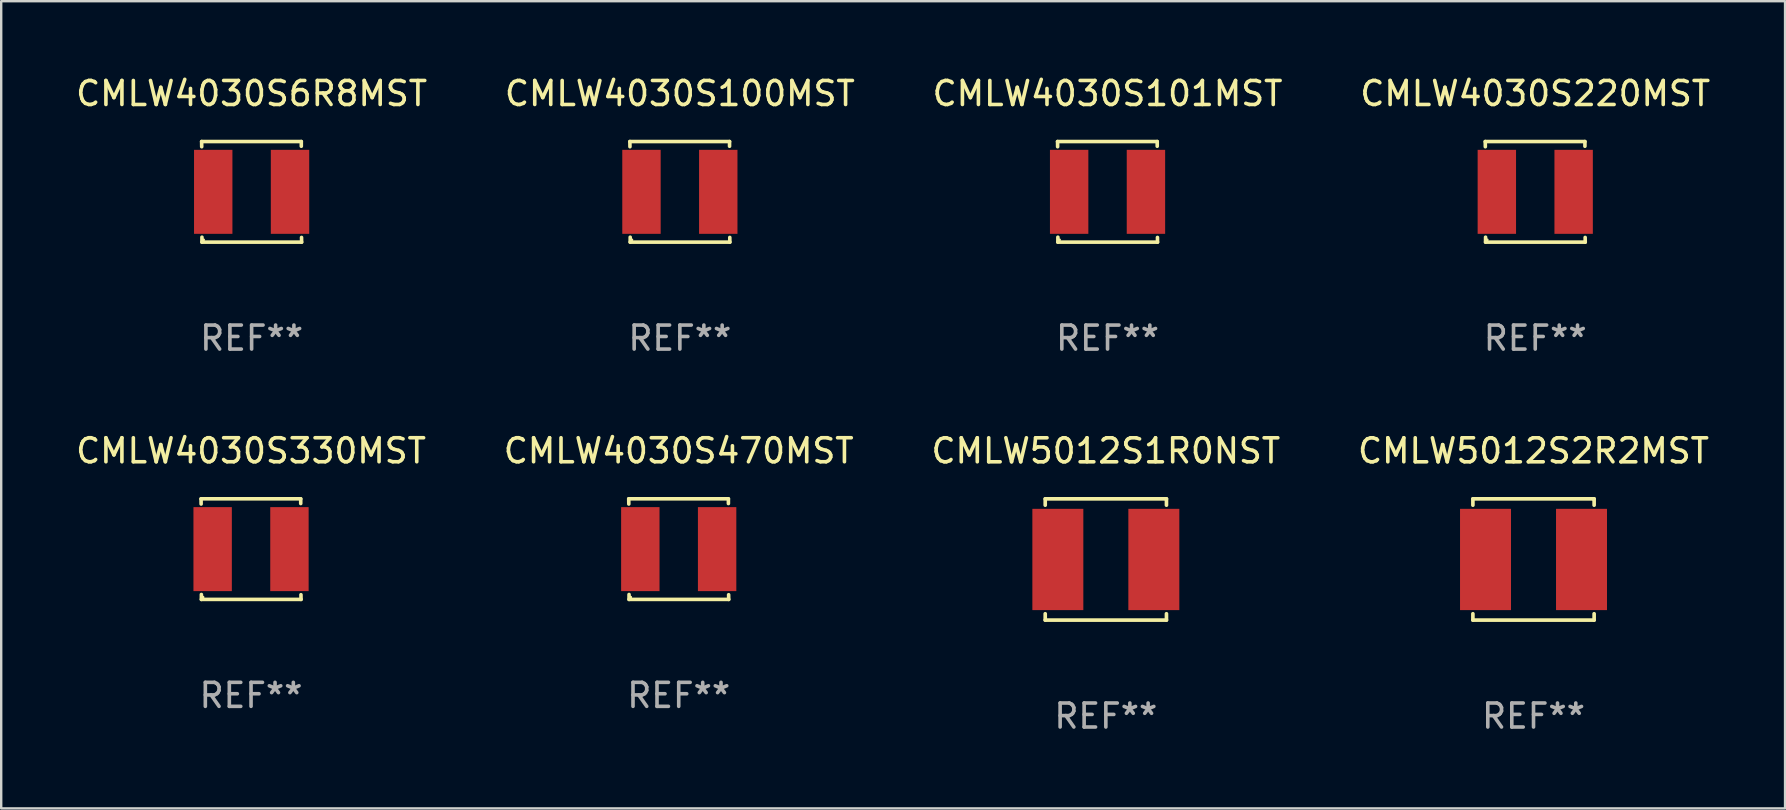
<source format=kicad_pcb>
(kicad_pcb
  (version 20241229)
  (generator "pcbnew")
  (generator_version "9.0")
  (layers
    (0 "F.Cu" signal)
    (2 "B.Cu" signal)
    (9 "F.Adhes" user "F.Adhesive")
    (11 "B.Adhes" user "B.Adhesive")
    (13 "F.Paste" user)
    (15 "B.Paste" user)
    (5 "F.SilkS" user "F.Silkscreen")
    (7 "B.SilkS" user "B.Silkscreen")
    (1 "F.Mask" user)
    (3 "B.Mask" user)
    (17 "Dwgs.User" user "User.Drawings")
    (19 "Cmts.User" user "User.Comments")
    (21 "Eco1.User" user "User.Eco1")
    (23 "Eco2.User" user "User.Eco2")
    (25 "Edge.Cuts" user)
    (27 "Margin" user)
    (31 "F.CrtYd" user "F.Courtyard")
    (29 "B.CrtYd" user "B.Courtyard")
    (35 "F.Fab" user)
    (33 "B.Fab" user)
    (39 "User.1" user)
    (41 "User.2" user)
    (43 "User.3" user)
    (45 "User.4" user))
  (footprint "CMLW4030S330MST"
    (layer "F.Cu")
    (at 7.411 19.832)
    (property "Reference" "CMLW4030S330MST" (at 0 -4.096 0) (layer "F.SilkS") (effects (font (size 1 1) (thickness 0.15))))
    (attr through_hole)
    (fp_line (start -2.083 -2.096) (end -2.08 -1.88) (stroke (width 0.15) (type solid)) (layer "F.SilkS"))
    (fp_line (start -2.07 1.89) (end -2.07 2.096) (stroke (width 0.15) (type solid)) (layer "F.SilkS"))
    (fp_line (start -2.07 2.096) (end 2.083 2.096) (stroke (width 0.15) (type solid)) (layer "F.SilkS"))
    (fp_line (start 2.07 -1.9) (end 2.07 -2.096) (stroke (width 0.15) (type solid)) (layer "F.SilkS"))
    (fp_line (start 2.07 -2.096) (end -2.083 -2.096) (stroke (width 0.15) (type solid)) (layer "F.SilkS"))
    (fp_line (start 2.083 2.096) (end 2.08 1.9) (stroke (width 0.15) (type solid)) (layer "F.SilkS"))
    (fp_circle (center -2 2) (end -1.97 2) (stroke (width 0.06) (type solid)) (fill no) (layer "F.SilkS"))
    (fp_text user "REF**" (at 0 6.096 0) (layer "F.Fab") (effects (font (size 1 1) (thickness 0.15))))
    (pad "1" smd rect (at -1.6 -0.000343) (size 1.6 3.5) (layers "F.Cu" "F.Mask" "F.Paste"))
    (pad "2" smd rect (at 1.6 -0.000343) (size 1.6 3.5) (layers "F.Cu" "F.Mask" "F.Paste")))
  (footprint "CMLW5012S2R2MST"
    (layer "F.Cu")
    (at 60.851 20.263)
    (property "Reference" "CMLW5012S2R2MST" (at 0 -4.526 0) (layer "F.SilkS") (effects (font (size 1 1) (thickness 0.15))))
    (attr through_hole)
    (fp_line (start -2.526 -2.526) (end 2.526 -2.526) (stroke (width 0.152) (type solid)) (layer "F.SilkS"))
    (fp_line (start -2.526 -2.262) (end -2.526 -2.526) (stroke (width 0.152) (type solid)) (layer "F.SilkS"))
    (fp_line (start -2.526 2.262) (end -2.526 2.526) (stroke (width 0.152) (type solid)) (layer "F.SilkS"))
    (fp_line (start -2.526 2.526) (end 2.526 2.526) (stroke (width 0.152) (type solid)) (layer "F.SilkS"))
    (fp_line (start 2.526 -2.526) (end 2.526 -2.262) (stroke (width 0.152) (type solid)) (layer "F.SilkS"))
    (fp_line (start 2.526 2.526) (end 2.526 2.262) (stroke (width 0.152) (type solid)) (layer "F.SilkS"))
    (fp_circle (center 2.5 -2.5) (end 2.53 -2.5) (stroke (width 0.06) (type solid)) (fill no) (layer "F.SilkS"))
    (fp_text user "REF**" (at 0 6.526 0) (layer "F.Fab") (effects (font (size 1 1) (thickness 0.15))))
    (pad "1" smd rect (at 2 0) (size 2.124 4.22) (layers "F.Cu" "F.Mask" "F.Paste"))
    (pad "2" smd rect (at -2 0) (size 2.124 4.22) (layers "F.Cu" "F.Mask" "F.Paste")))
  (footprint "CMLW4030S220MST"
    (layer "F.Cu")
    (at 60.923 4.944)
    (property "Reference" "CMLW4030S220MST" (at 0 -4.096 0) (layer "F.SilkS") (effects (font (size 1 1) (thickness 0.15))))
    (attr through_hole)
    (fp_line (start -2.083 -2.096) (end -2.08 -1.88) (stroke (width 0.15) (type solid)) (layer "F.SilkS"))
    (fp_line (start -2.07 1.89) (end -2.07 2.096) (stroke (width 0.15) (type solid)) (layer "F.SilkS"))
    (fp_line (start -2.07 2.096) (end 2.083 2.096) (stroke (width 0.15) (type solid)) (layer "F.SilkS"))
    (fp_line (start 2.07 -1.9) (end 2.07 -2.096) (stroke (width 0.15) (type solid)) (layer "F.SilkS"))
    (fp_line (start 2.07 -2.096) (end -2.083 -2.096) (stroke (width 0.15) (type solid)) (layer "F.SilkS"))
    (fp_line (start 2.083 2.096) (end 2.08 1.9) (stroke (width 0.15) (type solid)) (layer "F.SilkS"))
    (fp_circle (center -2 2) (end -1.97 2) (stroke (width 0.06) (type solid)) (fill no) (layer "F.SilkS"))
    (fp_text user "REF**" (at 0 6.096 0) (layer "F.Fab") (effects (font (size 1 1) (thickness 0.15))))
    (pad "1" smd rect (at -1.6 -0.000343) (size 1.6 3.5) (layers "F.Cu" "F.Mask" "F.Paste"))
    (pad "2" smd rect (at 1.6 -0.000343) (size 1.6 3.5) (layers "F.Cu" "F.Mask" "F.Paste")))
  (footprint "CMLW5012S1R0NST"
    (layer "F.Cu")
    (at 43.03 20.263)
    (property "Reference" "CMLW5012S1R0NST" (at 0 -4.526 0) (layer "F.SilkS") (effects (font (size 1 1) (thickness 0.15))))
    (attr through_hole)
    (fp_line (start -2.526 -2.526) (end 2.526 -2.526) (stroke (width 0.152) (type solid)) (layer "F.SilkS"))
    (fp_line (start -2.526 -2.262) (end -2.526 -2.526) (stroke (width 0.152) (type solid)) (layer "F.SilkS"))
    (fp_line (start -2.526 2.262) (end -2.526 2.526) (stroke (width 0.152) (type solid)) (layer "F.SilkS"))
    (fp_line (start -2.526 2.526) (end 2.526 2.526) (stroke (width 0.152) (type solid)) (layer "F.SilkS"))
    (fp_line (start 2.526 -2.526) (end 2.526 -2.262) (stroke (width 0.152) (type solid)) (layer "F.SilkS"))
    (fp_line (start 2.526 2.526) (end 2.526 2.262) (stroke (width 0.152) (type solid)) (layer "F.SilkS"))
    (fp_circle (center 2.5 -2.5) (end 2.53 -2.5) (stroke (width 0.06) (type solid)) (fill no) (layer "F.SilkS"))
    (fp_text user "REF**" (at 0 6.526 0) (layer "F.Fab") (effects (font (size 1 1) (thickness 0.15))))
    (pad "1" smd rect (at 2 0) (size 2.124 4.22) (layers "F.Cu" "F.Mask" "F.Paste"))
    (pad "2" smd rect (at -2 0) (size 2.124 4.22) (layers "F.Cu" "F.Mask" "F.Paste")))
  (footprint "CMLW4030S470MST"
    (layer "F.Cu")
    (at 25.232 19.832)
    (property "Reference" "CMLW4030S470MST" (at 0 -4.096 0) (layer "F.SilkS") (effects (font (size 1 1) (thickness 0.15))))
    (attr through_hole)
    (fp_line (start -2.083 -2.096) (end -2.08 -1.88) (stroke (width 0.15) (type solid)) (layer "F.SilkS"))
    (fp_line (start -2.07 1.89) (end -2.07 2.096) (stroke (width 0.15) (type solid)) (layer "F.SilkS"))
    (fp_line (start -2.07 2.096) (end 2.083 2.096) (stroke (width 0.15) (type solid)) (layer "F.SilkS"))
    (fp_line (start 2.07 -1.9) (end 2.07 -2.096) (stroke (width 0.15) (type solid)) (layer "F.SilkS"))
    (fp_line (start 2.07 -2.096) (end -2.083 -2.096) (stroke (width 0.15) (type solid)) (layer "F.SilkS"))
    (fp_line (start 2.083 2.096) (end 2.08 1.9) (stroke (width 0.15) (type solid)) (layer "F.SilkS"))
    (fp_circle (center -2 2) (end -1.97 2) (stroke (width 0.06) (type solid)) (fill no) (layer "F.SilkS"))
    (fp_text user "REF**" (at 0 6.096 0) (layer "F.Fab") (effects (font (size 1 1) (thickness 0.15))))
    (pad "1" smd rect (at -1.6 -0.000343) (size 1.6 3.5) (layers "F.Cu" "F.Mask" "F.Paste"))
    (pad "2" smd rect (at 1.6 -0.000343) (size 1.6 3.5) (layers "F.Cu" "F.Mask" "F.Paste")))
  (footprint "CMLW4030S101MST"
    (layer "F.Cu")
    (at 43.101 4.944)
    (property "Reference" "CMLW4030S101MST" (at 0 -4.096 0) (layer "F.SilkS") (effects (font (size 1 1) (thickness 0.15))))
    (attr through_hole)
    (fp_line (start -2.083 -2.096) (end -2.08 -1.88) (stroke (width 0.15) (type solid)) (layer "F.SilkS"))
    (fp_line (start -2.07 1.89) (end -2.07 2.096) (stroke (width 0.15) (type solid)) (layer "F.SilkS"))
    (fp_line (start -2.07 2.096) (end 2.083 2.096) (stroke (width 0.15) (type solid)) (layer "F.SilkS"))
    (fp_line (start 2.07 -1.9) (end 2.07 -2.096) (stroke (width 0.15) (type solid)) (layer "F.SilkS"))
    (fp_line (start 2.07 -2.096) (end -2.083 -2.096) (stroke (width 0.15) (type solid)) (layer "F.SilkS"))
    (fp_line (start 2.083 2.096) (end 2.08 1.9) (stroke (width 0.15) (type solid)) (layer "F.SilkS"))
    (fp_circle (center -2 2) (end -1.97 2) (stroke (width 0.06) (type solid)) (fill no) (layer "F.SilkS"))
    (fp_text user "REF**" (at 0 6.096 0) (layer "F.Fab") (effects (font (size 1 1) (thickness 0.15))))
    (pad "1" smd rect (at -1.6 -0.000343) (size 1.6 3.5) (layers "F.Cu" "F.Mask" "F.Paste"))
    (pad "2" smd rect (at 1.6 -0.000343) (size 1.6 3.5) (layers "F.Cu" "F.Mask" "F.Paste")))
  (footprint "CMLW4030S100MST"
    (layer "F.Cu")
    (at 25.28 4.944)
    (property "Reference" "CMLW4030S100MST" (at 0 -4.096 0) (layer "F.SilkS") (effects (font (size 1 1) (thickness 0.15))))
    (attr through_hole)
    (fp_line (start -2.083 -2.096) (end -2.08 -1.88) (stroke (width 0.15) (type solid)) (layer "F.SilkS"))
    (fp_line (start -2.07 1.89) (end -2.07 2.096) (stroke (width 0.15) (type solid)) (layer "F.SilkS"))
    (fp_line (start -2.07 2.096) (end 2.083 2.096) (stroke (width 0.15) (type solid)) (layer "F.SilkS"))
    (fp_line (start 2.07 -1.9) (end 2.07 -2.096) (stroke (width 0.15) (type solid)) (layer "F.SilkS"))
    (fp_line (start 2.07 -2.096) (end -2.083 -2.096) (stroke (width 0.15) (type solid)) (layer "F.SilkS"))
    (fp_line (start 2.083 2.096) (end 2.08 1.9) (stroke (width 0.15) (type solid)) (layer "F.SilkS"))
    (fp_circle (center -2 2) (end -1.97 2) (stroke (width 0.06) (type solid)) (fill no) (layer "F.SilkS"))
    (fp_text user "REF**" (at 0 6.096 0) (layer "F.Fab") (effects (font (size 1 1) (thickness 0.15))))
    (pad "1" smd rect (at -1.6 -0.000343) (size 1.6 3.5) (layers "F.Cu" "F.Mask" "F.Paste"))
    (pad "2" smd rect (at 1.6 -0.000343) (size 1.6 3.5) (layers "F.Cu" "F.Mask" "F.Paste")))
  (footprint "CMLW4030S6R8MST"
    (layer "F.Cu")
    (at 7.435 4.944)
    (property "Reference" "CMLW4030S6R8MST" (at 0 -4.096 0) (layer "F.SilkS") (effects (font (size 1 1) (thickness 0.15))))
    (attr through_hole)
    (fp_line (start -2.083 -2.096) (end -2.08 -1.88) (stroke (width 0.15) (type solid)) (layer "F.SilkS"))
    (fp_line (start -2.07 1.89) (end -2.07 2.096) (stroke (width 0.15) (type solid)) (layer "F.SilkS"))
    (fp_line (start -2.07 2.096) (end 2.083 2.096) (stroke (width 0.15) (type solid)) (layer "F.SilkS"))
    (fp_line (start 2.07 -1.9) (end 2.07 -2.096) (stroke (width 0.15) (type solid)) (layer "F.SilkS"))
    (fp_line (start 2.07 -2.096) (end -2.083 -2.096) (stroke (width 0.15) (type solid)) (layer "F.SilkS"))
    (fp_line (start 2.083 2.096) (end 2.08 1.9) (stroke (width 0.15) (type solid)) (layer "F.SilkS"))
    (fp_circle (center -2 2) (end -1.97 2) (stroke (width 0.06) (type solid)) (fill no) (layer "F.SilkS"))
    (fp_text user "REF**" (at 0 6.096 0) (layer "F.Fab") (effects (font (size 1 1) (thickness 0.15))))
    (pad "1" smd rect (at -1.6 -0.000343) (size 1.6 3.5) (layers "F.Cu" "F.Mask" "F.Paste"))
    (pad "2" smd rect (at 1.6 -0.000343) (size 1.6 3.5) (layers "F.Cu" "F.Mask" "F.Paste")))
  (gr_rect
    (start -3 -3)
    (end 71.333 30.637)
    (stroke (width 0.1) (type default))
    (fill no)
    (layer "Edge.Cuts")))
</source>
